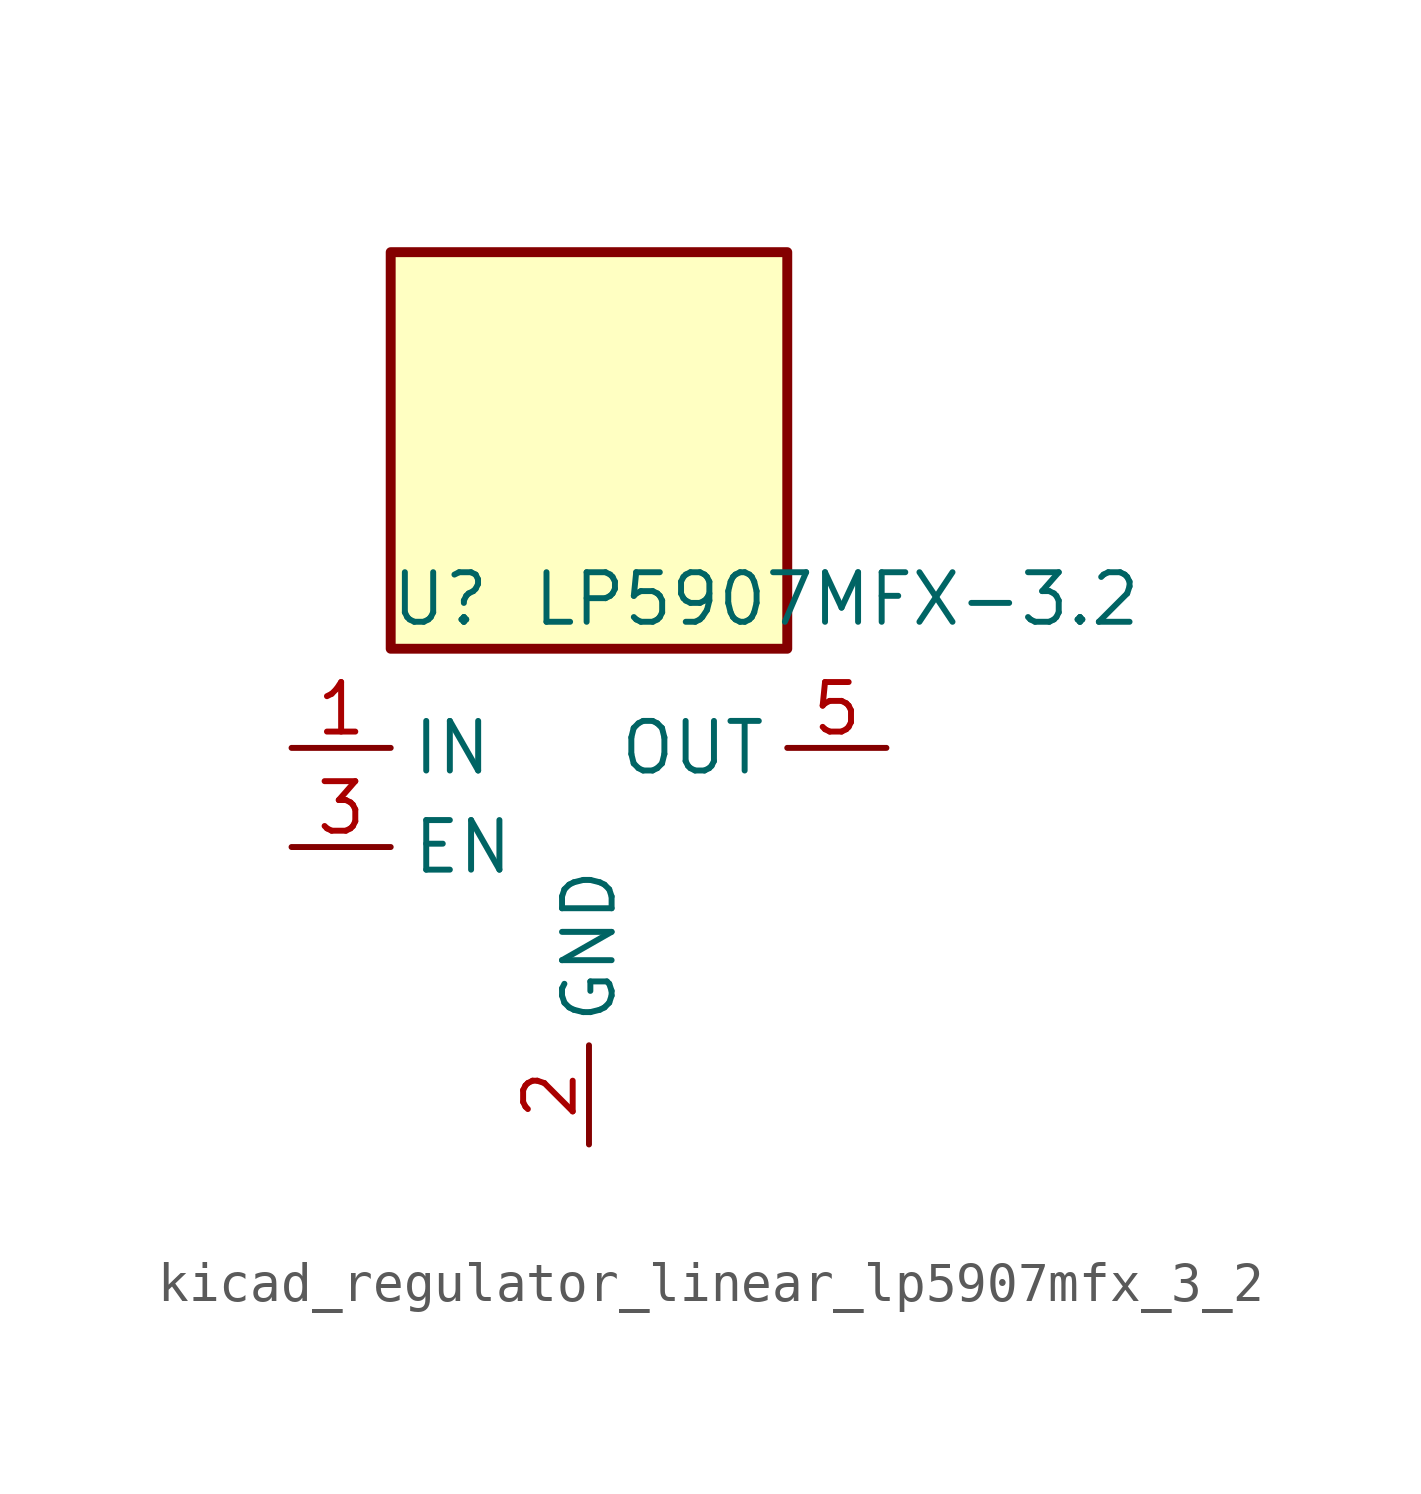
<source format=kicad_sym>
(kicad_symbol_lib
  (version 20220914)
  (generator kicad_symbol_editor)
  (symbol "kicad_regulator_linear_lp5907mfx_3_2"
    (property "Reference" "U"
      (at -3.81 6.35 0)
      (effects (font (size 1.27 1.27))))
    (property "Value" "LP5907MFX-3.2"
      (at 6.35 6.35 0)
      (effects (font (size 1.27 1.27))))
    (symbol "kicad_regulator_linear_lp5907mfx_3_2_0_1"
      (rectangle (start 5.08 15.24) (end -5.08 5.08) (stroke (width 0.254) (type default)) (fill (type background)))
      (pin power_in line (at -7.62 2.54 0) (length 2.54) (name "IN" (effects (font (size 1.27 1.27)))) (number "1" (effects (font (size 1.27 1.27)))))
      (pin power_in line (at 0 -7.62 90) (length 2.54) (name "GND" (effects (font (size 1.27 1.27)))) (number "2" (effects (font (size 1.27 1.27)))))
      (pin input line (at -7.62 0 0) (length 2.54) (name "EN" (effects (font (size 1.27 1.27)))) (number "3" (effects (font (size 1.27 1.27)))))
      (pin no_connect line (at 5.08 0 180) (length 2.54) hide (name "NC" (effects (font (size 1.27 1.27)))) (number "4" (effects (font (size 1.27 1.27)))))
      (pin power_out line (at 7.62 2.54 180) (length 2.54) (name "OUT" (effects (font (size 1.27 1.27)))) (number "5" (effects (font (size 1.27 1.27))))))))
</source>
